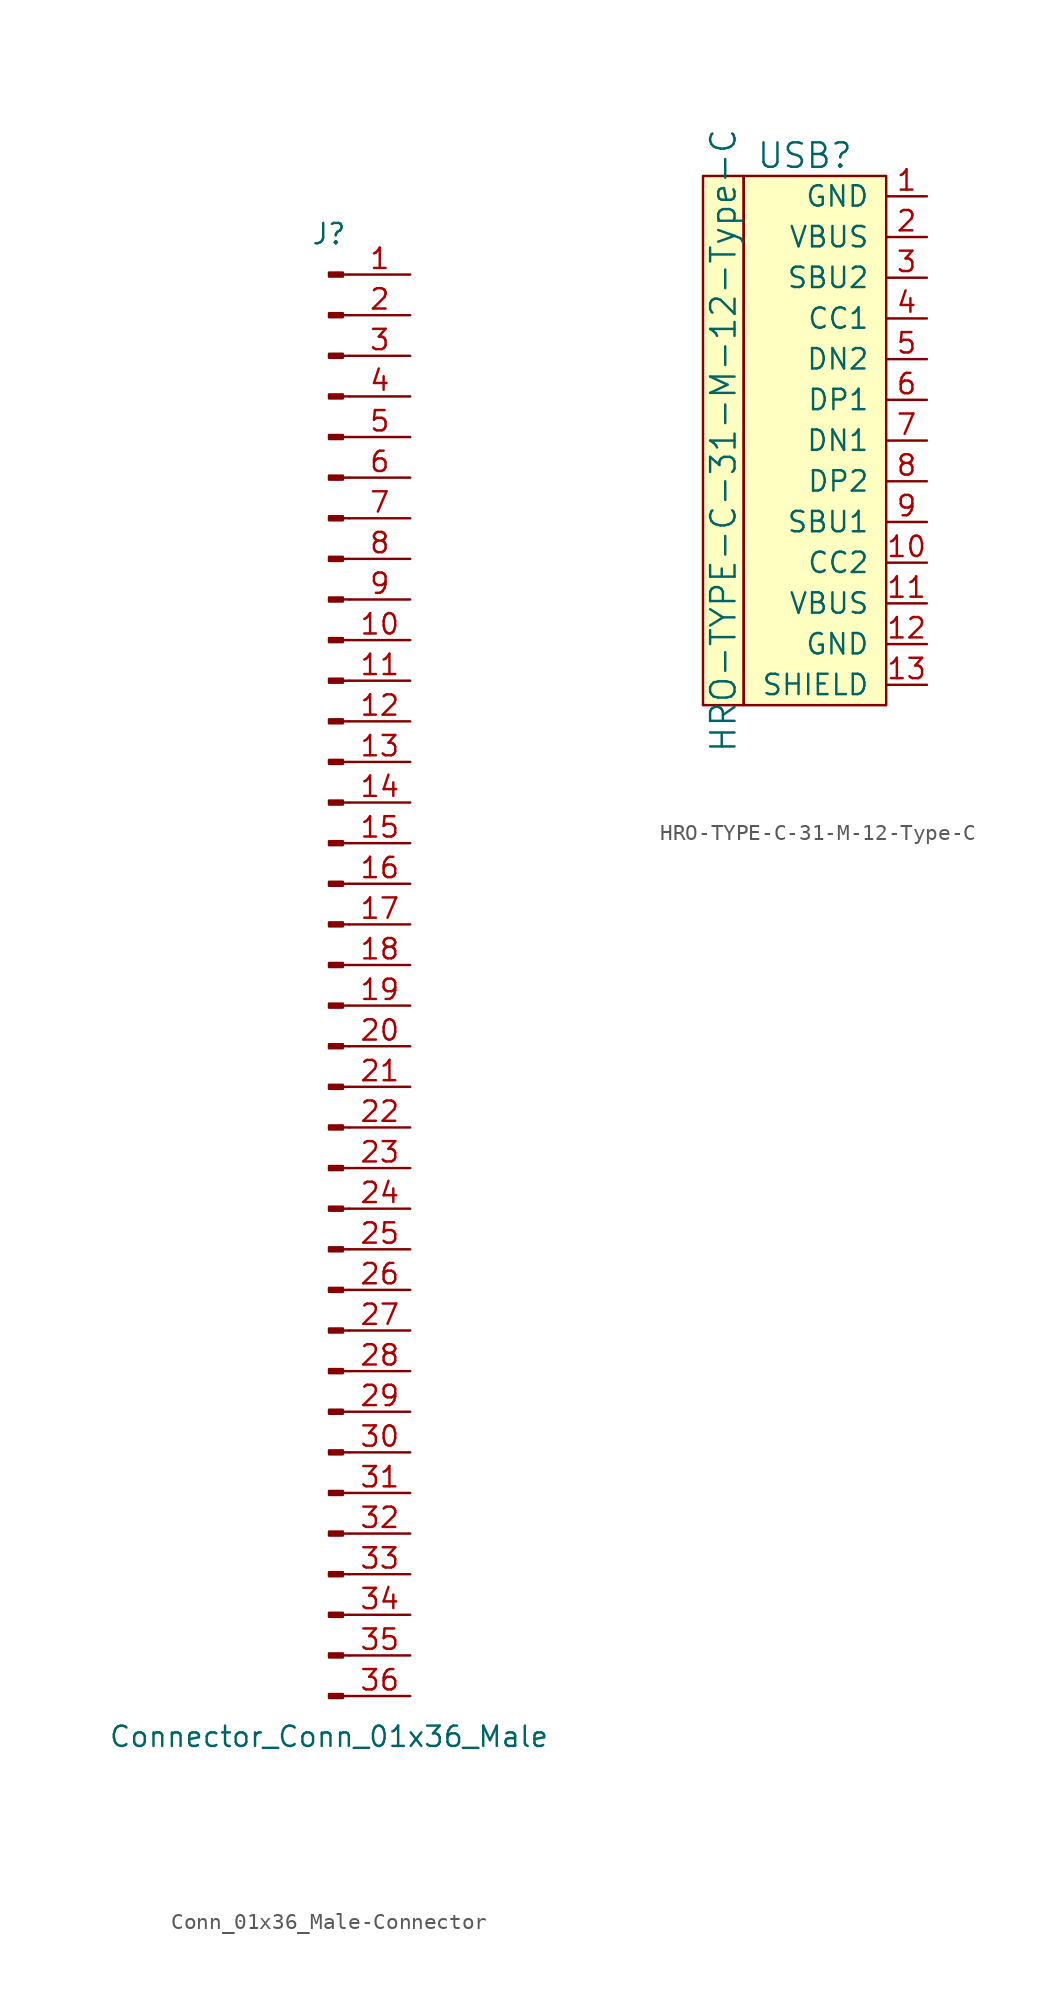
<source format=kicad_sym>
(kicad_symbol_lib
  (version 20220914)
  (generator kicad_symbol_editor)
  (symbol "Conn_01x36_Male-Connector"
    (pin_names
      (offset 1.016) hide)
    (property "Reference" "J"
      (at 0 45.72 0)
      (effects (font (size 1.27 1.27))))
    (property "Value" "Connector_Conn_01x36_Male"
      (at 0 -48.26 0)
      (effects (font (size 1.27 1.27))))
    (symbol "Conn_01x36_Male-Connector_1_1"
      (polyline (pts (xy 1.27 -45.72) (xy 0.864 -45.72)) (stroke (width 0.152) (type solid)) (fill (type none)))
      (polyline (pts (xy 1.27 -43.18) (xy 0.864 -43.18)) (stroke (width 0.152) (type solid)) (fill (type none)))
      (polyline (pts (xy 1.27 -40.64) (xy 0.864 -40.64)) (stroke (width 0.152) (type solid)) (fill (type none)))
      (polyline (pts (xy 1.27 -38.1) (xy 0.864 -38.1)) (stroke (width 0.152) (type solid)) (fill (type none)))
      (polyline (pts (xy 1.27 -35.56) (xy 0.864 -35.56)) (stroke (width 0.152) (type solid)) (fill (type none)))
      (polyline (pts (xy 1.27 -33.02) (xy 0.864 -33.02)) (stroke (width 0.152) (type solid)) (fill (type none)))
      (polyline (pts (xy 1.27 -30.48) (xy 0.864 -30.48)) (stroke (width 0.152) (type solid)) (fill (type none)))
      (polyline (pts (xy 1.27 -27.94) (xy 0.864 -27.94)) (stroke (width 0.152) (type solid)) (fill (type none)))
      (polyline (pts (xy 1.27 -25.4) (xy 0.864 -25.4)) (stroke (width 0.152) (type solid)) (fill (type none)))
      (polyline (pts (xy 1.27 -22.86) (xy 0.864 -22.86)) (stroke (width 0.152) (type solid)) (fill (type none)))
      (polyline (pts (xy 1.27 -20.32) (xy 0.864 -20.32)) (stroke (width 0.152) (type solid)) (fill (type none)))
      (polyline (pts (xy 1.27 -17.78) (xy 0.864 -17.78)) (stroke (width 0.152) (type solid)) (fill (type none)))
      (polyline (pts (xy 1.27 -15.24) (xy 0.864 -15.24)) (stroke (width 0.152) (type solid)) (fill (type none)))
      (polyline (pts (xy 1.27 -12.7) (xy 0.864 -12.7)) (stroke (width 0.152) (type solid)) (fill (type none)))
      (polyline (pts (xy 1.27 -10.16) (xy 0.864 -10.16)) (stroke (width 0.152) (type solid)) (fill (type none)))
      (polyline (pts (xy 1.27 -7.62) (xy 0.864 -7.62)) (stroke (width 0.152) (type solid)) (fill (type none)))
      (polyline (pts (xy 1.27 -5.08) (xy 0.864 -5.08)) (stroke (width 0.152) (type solid)) (fill (type none)))
      (polyline (pts (xy 1.27 -2.54) (xy 0.864 -2.54)) (stroke (width 0.152) (type solid)) (fill (type none)))
      (polyline (pts (xy 1.27 0) (xy 0.864 0)) (stroke (width 0.152) (type solid)) (fill (type none)))
      (polyline (pts (xy 1.27 2.54) (xy 0.864 2.54)) (stroke (width 0.152) (type solid)) (fill (type none)))
      (polyline (pts (xy 1.27 5.08) (xy 0.864 5.08)) (stroke (width 0.152) (type solid)) (fill (type none)))
      (polyline (pts (xy 1.27 7.62) (xy 0.864 7.62)) (stroke (width 0.152) (type solid)) (fill (type none)))
      (polyline (pts (xy 1.27 10.16) (xy 0.864 10.16)) (stroke (width 0.152) (type solid)) (fill (type none)))
      (polyline (pts (xy 1.27 12.7) (xy 0.864 12.7)) (stroke (width 0.152) (type solid)) (fill (type none)))
      (polyline (pts (xy 1.27 15.24) (xy 0.864 15.24)) (stroke (width 0.152) (type solid)) (fill (type none)))
      (polyline (pts (xy 1.27 17.78) (xy 0.864 17.78)) (stroke (width 0.152) (type solid)) (fill (type none)))
      (polyline (pts (xy 1.27 20.32) (xy 0.864 20.32)) (stroke (width 0.152) (type solid)) (fill (type none)))
      (polyline (pts (xy 1.27 22.86) (xy 0.864 22.86)) (stroke (width 0.152) (type solid)) (fill (type none)))
      (polyline (pts (xy 1.27 25.4) (xy 0.864 25.4)) (stroke (width 0.152) (type solid)) (fill (type none)))
      (polyline (pts (xy 1.27 27.94) (xy 0.864 27.94)) (stroke (width 0.152) (type solid)) (fill (type none)))
      (polyline (pts (xy 1.27 30.48) (xy 0.864 30.48)) (stroke (width 0.152) (type solid)) (fill (type none)))
      (polyline (pts (xy 1.27 33.02) (xy 0.864 33.02)) (stroke (width 0.152) (type solid)) (fill (type none)))
      (polyline (pts (xy 1.27 35.56) (xy 0.864 35.56)) (stroke (width 0.152) (type solid)) (fill (type none)))
      (polyline (pts (xy 1.27 38.1) (xy 0.864 38.1)) (stroke (width 0.152) (type solid)) (fill (type none)))
      (polyline (pts (xy 1.27 40.64) (xy 0.864 40.64)) (stroke (width 0.152) (type solid)) (fill (type none)))
      (polyline (pts (xy 1.27 43.18) (xy 0.864 43.18)) (stroke (width 0.152) (type solid)) (fill (type none)))
      (rectangle (start 0.864 -45.593) (end 0 -45.847) (stroke (width 0.152) (type solid)) (fill (type outline)))
      (rectangle (start 0.864 -43.053) (end 0 -43.307) (stroke (width 0.152) (type solid)) (fill (type outline)))
      (rectangle (start 0.864 -40.513) (end 0 -40.767) (stroke (width 0.152) (type solid)) (fill (type outline)))
      (rectangle (start 0.864 -37.973) (end 0 -38.227) (stroke (width 0.152) (type solid)) (fill (type outline)))
      (rectangle (start 0.864 -35.433) (end 0 -35.687) (stroke (width 0.152) (type solid)) (fill (type outline)))
      (rectangle (start 0.864 -32.893) (end 0 -33.147) (stroke (width 0.152) (type solid)) (fill (type outline)))
      (rectangle (start 0.864 -30.353) (end 0 -30.607) (stroke (width 0.152) (type solid)) (fill (type outline)))
      (rectangle (start 0.864 -27.813) (end 0 -28.067) (stroke (width 0.152) (type solid)) (fill (type outline)))
      (rectangle (start 0.864 -25.273) (end 0 -25.527) (stroke (width 0.152) (type solid)) (fill (type outline)))
      (rectangle (start 0.864 -22.733) (end 0 -22.987) (stroke (width 0.152) (type solid)) (fill (type outline)))
      (rectangle (start 0.864 -20.193) (end 0 -20.447) (stroke (width 0.152) (type solid)) (fill (type outline)))
      (rectangle (start 0.864 -17.653) (end 0 -17.907) (stroke (width 0.152) (type solid)) (fill (type outline)))
      (rectangle (start 0.864 -15.113) (end 0 -15.367) (stroke (width 0.152) (type solid)) (fill (type outline)))
      (rectangle (start 0.864 -12.573) (end 0 -12.827) (stroke (width 0.152) (type solid)) (fill (type outline)))
      (rectangle (start 0.864 -10.033) (end 0 -10.287) (stroke (width 0.152) (type solid)) (fill (type outline)))
      (rectangle (start 0.864 -7.493) (end 0 -7.747) (stroke (width 0.152) (type solid)) (fill (type outline)))
      (rectangle (start 0.864 -4.953) (end 0 -5.207) (stroke (width 0.152) (type solid)) (fill (type outline)))
      (rectangle (start 0.864 -2.413) (end 0 -2.667) (stroke (width 0.152) (type solid)) (fill (type outline)))
      (rectangle (start 0.864 0.127) (end 0 -0.127) (stroke (width 0.152) (type solid)) (fill (type outline)))
      (rectangle (start 0.864 2.667) (end 0 2.413) (stroke (width 0.152) (type solid)) (fill (type outline)))
      (rectangle (start 0.864 5.207) (end 0 4.953) (stroke (width 0.152) (type solid)) (fill (type outline)))
      (rectangle (start 0.864 7.747) (end 0 7.493) (stroke (width 0.152) (type solid)) (fill (type outline)))
      (rectangle (start 0.864 10.287) (end 0 10.033) (stroke (width 0.152) (type solid)) (fill (type outline)))
      (rectangle (start 0.864 12.827) (end 0 12.573) (stroke (width 0.152) (type solid)) (fill (type outline)))
      (rectangle (start 0.864 15.367) (end 0 15.113) (stroke (width 0.152) (type solid)) (fill (type outline)))
      (rectangle (start 0.864 17.907) (end 0 17.653) (stroke (width 0.152) (type solid)) (fill (type outline)))
      (rectangle (start 0.864 20.447) (end 0 20.193) (stroke (width 0.152) (type solid)) (fill (type outline)))
      (rectangle (start 0.864 22.987) (end 0 22.733) (stroke (width 0.152) (type solid)) (fill (type outline)))
      (rectangle (start 0.864 25.527) (end 0 25.273) (stroke (width 0.152) (type solid)) (fill (type outline)))
      (rectangle (start 0.864 28.067) (end 0 27.813) (stroke (width 0.152) (type solid)) (fill (type outline)))
      (rectangle (start 0.864 30.607) (end 0 30.353) (stroke (width 0.152) (type solid)) (fill (type outline)))
      (rectangle (start 0.864 33.147) (end 0 32.893) (stroke (width 0.152) (type solid)) (fill (type outline)))
      (rectangle (start 0.864 35.687) (end 0 35.433) (stroke (width 0.152) (type solid)) (fill (type outline)))
      (rectangle (start 0.864 38.227) (end 0 37.973) (stroke (width 0.152) (type solid)) (fill (type outline)))
      (rectangle (start 0.864 40.767) (end 0 40.513) (stroke (width 0.152) (type solid)) (fill (type outline)))
      (rectangle (start 0.864 43.307) (end 0 43.053) (stroke (width 0.152) (type solid)) (fill (type outline)))
      (pin passive line (at 5.08 43.18 180) (length 3.81) (name "Pin_1" (effects (font (size 1.27 1.27)))) (number "1" (effects (font (size 1.27 1.27)))))
      (pin passive line (at 5.08 20.32 180) (length 3.81) (name "Pin_10" (effects (font (size 1.27 1.27)))) (number "10" (effects (font (size 1.27 1.27)))))
      (pin passive line (at 5.08 17.78 180) (length 3.81) (name "Pin_11" (effects (font (size 1.27 1.27)))) (number "11" (effects (font (size 1.27 1.27)))))
      (pin passive line (at 5.08 15.24 180) (length 3.81) (name "Pin_12" (effects (font (size 1.27 1.27)))) (number "12" (effects (font (size 1.27 1.27)))))
      (pin passive line (at 5.08 12.7 180) (length 3.81) (name "Pin_13" (effects (font (size 1.27 1.27)))) (number "13" (effects (font (size 1.27 1.27)))))
      (pin passive line (at 5.08 10.16 180) (length 3.81) (name "Pin_14" (effects (font (size 1.27 1.27)))) (number "14" (effects (font (size 1.27 1.27)))))
      (pin passive line (at 5.08 7.62 180) (length 3.81) (name "Pin_15" (effects (font (size 1.27 1.27)))) (number "15" (effects (font (size 1.27 1.27)))))
      (pin passive line (at 5.08 5.08 180) (length 3.81) (name "Pin_16" (effects (font (size 1.27 1.27)))) (number "16" (effects (font (size 1.27 1.27)))))
      (pin passive line (at 5.08 2.54 180) (length 3.81) (name "Pin_17" (effects (font (size 1.27 1.27)))) (number "17" (effects (font (size 1.27 1.27)))))
      (pin passive line (at 5.08 0 180) (length 3.81) (name "Pin_18" (effects (font (size 1.27 1.27)))) (number "18" (effects (font (size 1.27 1.27)))))
      (pin passive line (at 5.08 -2.54 180) (length 3.81) (name "Pin_19" (effects (font (size 1.27 1.27)))) (number "19" (effects (font (size 1.27 1.27)))))
      (pin passive line (at 5.08 40.64 180) (length 3.81) (name "Pin_2" (effects (font (size 1.27 1.27)))) (number "2" (effects (font (size 1.27 1.27)))))
      (pin passive line (at 5.08 -5.08 180) (length 3.81) (name "Pin_20" (effects (font (size 1.27 1.27)))) (number "20" (effects (font (size 1.27 1.27)))))
      (pin passive line (at 5.08 -7.62 180) (length 3.81) (name "Pin_21" (effects (font (size 1.27 1.27)))) (number "21" (effects (font (size 1.27 1.27)))))
      (pin passive line (at 5.08 -10.16 180) (length 3.81) (name "Pin_22" (effects (font (size 1.27 1.27)))) (number "22" (effects (font (size 1.27 1.27)))))
      (pin passive line (at 5.08 -12.7 180) (length 3.81) (name "Pin_23" (effects (font (size 1.27 1.27)))) (number "23" (effects (font (size 1.27 1.27)))))
      (pin passive line (at 5.08 -15.24 180) (length 3.81) (name "Pin_24" (effects (font (size 1.27 1.27)))) (number "24" (effects (font (size 1.27 1.27)))))
      (pin passive line (at 5.08 -17.78 180) (length 3.81) (name "Pin_25" (effects (font (size 1.27 1.27)))) (number "25" (effects (font (size 1.27 1.27)))))
      (pin passive line (at 5.08 -20.32 180) (length 3.81) (name "Pin_26" (effects (font (size 1.27 1.27)))) (number "26" (effects (font (size 1.27 1.27)))))
      (pin passive line (at 5.08 -22.86 180) (length 3.81) (name "Pin_27" (effects (font (size 1.27 1.27)))) (number "27" (effects (font (size 1.27 1.27)))))
      (pin passive line (at 5.08 -25.4 180) (length 3.81) (name "Pin_28" (effects (font (size 1.27 1.27)))) (number "28" (effects (font (size 1.27 1.27)))))
      (pin passive line (at 5.08 -27.94 180) (length 3.81) (name "Pin_29" (effects (font (size 1.27 1.27)))) (number "29" (effects (font (size 1.27 1.27)))))
      (pin passive line (at 5.08 38.1 180) (length 3.81) (name "Pin_3" (effects (font (size 1.27 1.27)))) (number "3" (effects (font (size 1.27 1.27)))))
      (pin passive line (at 5.08 -30.48 180) (length 3.81) (name "Pin_30" (effects (font (size 1.27 1.27)))) (number "30" (effects (font (size 1.27 1.27)))))
      (pin passive line (at 5.08 -33.02 180) (length 3.81) (name "Pin_31" (effects (font (size 1.27 1.27)))) (number "31" (effects (font (size 1.27 1.27)))))
      (pin passive line (at 5.08 -35.56 180) (length 3.81) (name "Pin_32" (effects (font (size 1.27 1.27)))) (number "32" (effects (font (size 1.27 1.27)))))
      (pin passive line (at 5.08 -38.1 180) (length 3.81) (name "Pin_33" (effects (font (size 1.27 1.27)))) (number "33" (effects (font (size 1.27 1.27)))))
      (pin passive line (at 5.08 -40.64 180) (length 3.81) (name "Pin_34" (effects (font (size 1.27 1.27)))) (number "34" (effects (font (size 1.27 1.27)))))
      (pin passive line (at 5.08 -43.18 180) (length 3.81) (name "Pin_35" (effects (font (size 1.27 1.27)))) (number "35" (effects (font (size 1.27 1.27)))))
      (pin passive line (at 5.08 -45.72 180) (length 3.81) (name "Pin_36" (effects (font (size 1.27 1.27)))) (number "36" (effects (font (size 1.27 1.27)))))
      (pin passive line (at 5.08 35.56 180) (length 3.81) (name "Pin_4" (effects (font (size 1.27 1.27)))) (number "4" (effects (font (size 1.27 1.27)))))
      (pin passive line (at 5.08 33.02 180) (length 3.81) (name "Pin_5" (effects (font (size 1.27 1.27)))) (number "5" (effects (font (size 1.27 1.27)))))
      (pin passive line (at 5.08 30.48 180) (length 3.81) (name "Pin_6" (effects (font (size 1.27 1.27)))) (number "6" (effects (font (size 1.27 1.27)))))
      (pin passive line (at 5.08 27.94 180) (length 3.81) (name "Pin_7" (effects (font (size 1.27 1.27)))) (number "7" (effects (font (size 1.27 1.27)))))
      (pin passive line (at 5.08 25.4 180) (length 3.81) (name "Pin_8" (effects (font (size 1.27 1.27)))) (number "8" (effects (font (size 1.27 1.27)))))
      (pin passive line (at 5.08 22.86 180) (length 3.81) (name "Pin_9" (effects (font (size 1.27 1.27)))) (number "9" (effects (font (size 1.27 1.27)))))))
  (symbol "HRO-TYPE-C-31-M-12-Type-C"
    (pin_names
      (offset 1.016))
    (property "Reference" "USB"
      (at -5.08 16.51 0)
      (effects (font (size 1.524 1.524))))
    (property "Value" "HRO-TYPE-C-31-M-12-Type-C"
      (at -10.16 -1.27 90)
      (effects (font (size 1.524 1.524))))
    (symbol "HRO-TYPE-C-31-M-12-Type-C_0_1"
      (rectangle (start -11.43 15.24) (end -8.89 -17.78) (stroke (width 0) (type solid)) (fill (type background)))
      (rectangle (start 0 -17.78) (end -8.89 15.24) (stroke (width 0) (type solid)) (fill (type background))))
    (symbol "HRO-TYPE-C-31-M-12-Type-C_1_1"
      (pin input line (at 2.54 13.97 180) (length 2.54) (name "GND" (effects (font (size 1.27 1.27)))) (number "1" (effects (font (size 1.27 1.27)))))
      (pin input line (at 2.54 -8.89 180) (length 2.54) (name "CC2" (effects (font (size 1.27 1.27)))) (number "10" (effects (font (size 1.27 1.27)))))
      (pin input line (at 2.54 -11.43 180) (length 2.54) (name "VBUS" (effects (font (size 1.27 1.27)))) (number "11" (effects (font (size 1.27 1.27)))))
      (pin input line (at 2.54 -13.97 180) (length 2.54) (name "GND" (effects (font (size 1.27 1.27)))) (number "12" (effects (font (size 1.27 1.27)))))
      (pin input line (at 2.54 -16.51 180) (length 2.54) (name "SHIELD" (effects (font (size 1.27 1.27)))) (number "13" (effects (font (size 1.27 1.27)))))
      (pin input line (at 2.54 11.43 180) (length 2.54) (name "VBUS" (effects (font (size 1.27 1.27)))) (number "2" (effects (font (size 1.27 1.27)))))
      (pin input line (at 2.54 8.89 180) (length 2.54) (name "SBU2" (effects (font (size 1.27 1.27)))) (number "3" (effects (font (size 1.27 1.27)))))
      (pin input line (at 2.54 6.35 180) (length 2.54) (name "CC1" (effects (font (size 1.27 1.27)))) (number "4" (effects (font (size 1.27 1.27)))))
      (pin input line (at 2.54 3.81 180) (length 2.54) (name "DN2" (effects (font (size 1.27 1.27)))) (number "5" (effects (font (size 1.27 1.27)))))
      (pin input line (at 2.54 1.27 180) (length 2.54) (name "DP1" (effects (font (size 1.27 1.27)))) (number "6" (effects (font (size 1.27 1.27)))))
      (pin input line (at 2.54 -1.27 180) (length 2.54) (name "DN1" (effects (font (size 1.27 1.27)))) (number "7" (effects (font (size 1.27 1.27)))))
      (pin input line (at 2.54 -3.81 180) (length 2.54) (name "DP2" (effects (font (size 1.27 1.27)))) (number "8" (effects (font (size 1.27 1.27)))))
      (pin input line (at 2.54 -6.35 180) (length 2.54) (name "SBU1" (effects (font (size 1.27 1.27)))) (number "9" (effects (font (size 1.27 1.27))))))))
</source>
